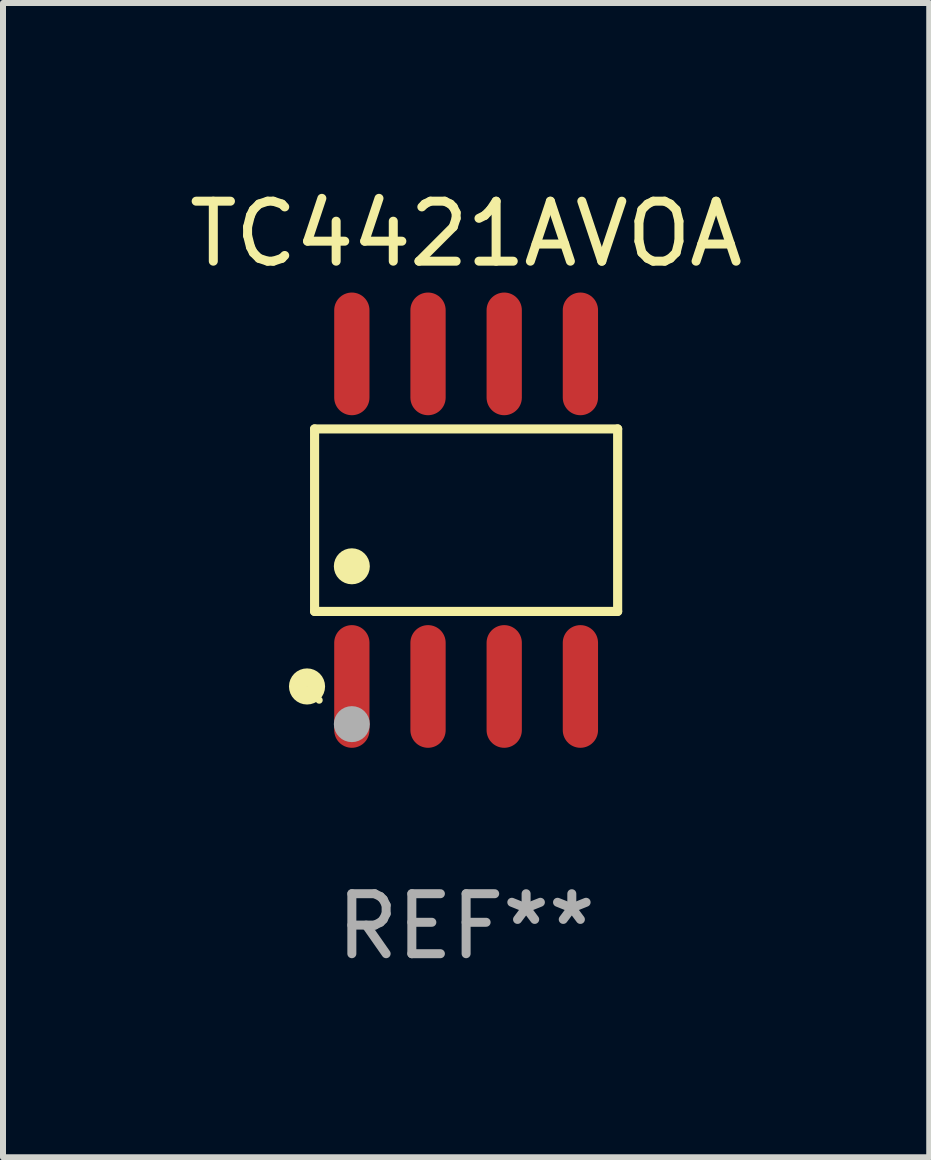
<source format=kicad_pcb>
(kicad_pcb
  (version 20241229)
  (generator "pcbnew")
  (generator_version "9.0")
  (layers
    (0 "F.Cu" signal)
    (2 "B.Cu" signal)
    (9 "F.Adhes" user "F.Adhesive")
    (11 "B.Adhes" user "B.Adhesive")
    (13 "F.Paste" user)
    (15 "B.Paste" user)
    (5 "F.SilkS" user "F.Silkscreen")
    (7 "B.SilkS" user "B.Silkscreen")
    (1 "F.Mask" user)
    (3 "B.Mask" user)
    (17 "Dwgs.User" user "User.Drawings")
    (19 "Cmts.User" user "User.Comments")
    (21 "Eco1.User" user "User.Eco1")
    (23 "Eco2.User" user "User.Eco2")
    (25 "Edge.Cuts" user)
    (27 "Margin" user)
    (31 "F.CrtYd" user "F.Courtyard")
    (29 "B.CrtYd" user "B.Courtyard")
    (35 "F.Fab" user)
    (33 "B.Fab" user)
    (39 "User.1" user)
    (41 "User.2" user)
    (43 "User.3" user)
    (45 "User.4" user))
  (footprint "TC4421AVOA"
    (layer "F.Cu")
    (at 4.72 5.621)
    (property "Reference" "TC4421AVOA" (at 0 -4.772 0) (layer "F.SilkS") (effects (font (size 1 1) (thickness 0.15))))
    (attr through_hole)
    (fp_line (start -2.526 -1.521) (end 2.526 -1.521) (stroke (width 0.152) (type solid)) (layer "F.SilkS"))
    (fp_line (start -2.526 1.521) (end -2.526 -1.521) (stroke (width 0.152) (type solid)) (layer "F.SilkS"))
    (fp_line (start 2.526 -1.521) (end 2.526 1.521) (stroke (width 0.152) (type solid)) (layer "F.SilkS"))
    (fp_line (start 2.526 1.521) (end -2.526 1.521) (stroke (width 0.152) (type solid)) (layer "F.SilkS"))
    (fp_circle (center -2.652 2.772) (end -2.501 2.772) (stroke (width 0.3) (type solid)) (fill no) (layer "F.SilkS"))
    (fp_circle (center -2.45 3) (end -2.42 3) (stroke (width 0.06) (type solid)) (fill no) (layer "F.SilkS"))
    (fp_circle (center -1.905 0.769) (end -1.755 0.769) (stroke (width 0.3) (type solid)) (fill no) (layer "F.SilkS"))
    (fp_circle (center -1.905 3.4) (end -1.755 3.4) (stroke (width 0.3) (type solid)) (fill no) (layer "F.Fab"))
    (fp_text user "REF**" (at 0 6.772 0) (layer "F.Fab") (effects (font (size 1 1) (thickness 0.15))))
    (pad "1" smd oval (at -1.905 2.772) (size 0.588 2.045) (layers "F.Cu" "F.Mask" "F.Paste"))
    (pad "2" smd oval (at -0.635 2.772) (size 0.588 2.045) (layers "F.Cu" "F.Mask" "F.Paste"))
    (pad "3" smd oval (at 0.635 2.772) (size 0.588 2.045) (layers "F.Cu" "F.Mask" "F.Paste"))
    (pad "4" smd oval (at 1.905 2.772) (size 0.588 2.045) (layers "F.Cu" "F.Mask" "F.Paste"))
    (pad "5" smd oval (at 1.905 -2.772) (size 0.588 2.045) (layers "F.Cu" "F.Mask" "F.Paste"))
    (pad "6" smd oval (at 0.635 -2.772) (size 0.588 2.045) (layers "F.Cu" "F.Mask" "F.Paste"))
    (pad "7" smd oval (at -0.635 -2.772) (size 0.588 2.045) (layers "F.Cu" "F.Mask" "F.Paste"))
    (pad "8" smd oval (at -1.905 -2.772) (size 0.588 2.045) (layers "F.Cu" "F.Mask" "F.Paste")))
  (gr_rect
    (start -3 -3)
    (end 12.44 16.241)
    (stroke (width 0.1) (type default))
    (fill no)
    (layer "Edge.Cuts")))
</source>
